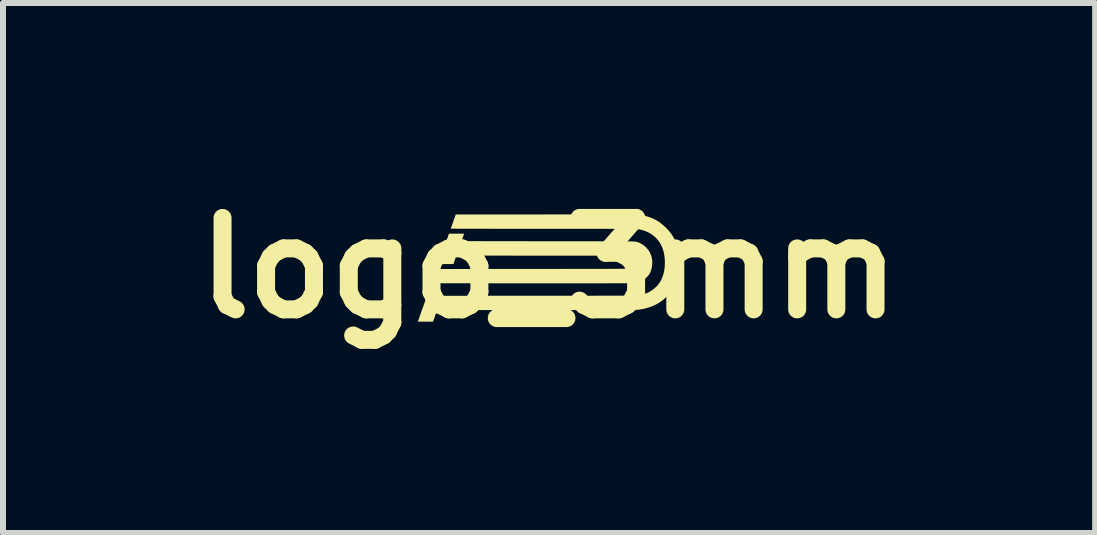
<source format=kicad_pcb>
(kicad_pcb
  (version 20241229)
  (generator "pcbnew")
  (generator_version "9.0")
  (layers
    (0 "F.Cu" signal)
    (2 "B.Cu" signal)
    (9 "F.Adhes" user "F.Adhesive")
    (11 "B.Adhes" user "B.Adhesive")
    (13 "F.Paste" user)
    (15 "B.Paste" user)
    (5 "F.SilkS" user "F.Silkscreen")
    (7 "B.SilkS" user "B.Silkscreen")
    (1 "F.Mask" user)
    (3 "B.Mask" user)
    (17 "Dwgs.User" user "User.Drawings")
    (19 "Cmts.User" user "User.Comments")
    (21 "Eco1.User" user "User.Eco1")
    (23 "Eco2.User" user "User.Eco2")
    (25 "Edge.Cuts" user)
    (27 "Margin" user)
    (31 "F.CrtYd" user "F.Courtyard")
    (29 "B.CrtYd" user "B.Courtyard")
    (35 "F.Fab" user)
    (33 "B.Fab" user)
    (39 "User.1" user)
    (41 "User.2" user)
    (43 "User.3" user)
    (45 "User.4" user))
  (footprint "logo_3mm"
    (layer "F.Cu")
    (at 6.103 1.418)
    (property "Reference" "logo_3mm" (at 0 0 0) (layer "F.SilkS") (effects (font (size 1.524 1.524) (thickness 0.3))))
    (attr board_only exclude_from_pos_files exclude_from_bom)
    (fp_poly (pts (xy 0.611 -0.894) (xy 0.707 -0.894) (xy 0.797 -0.894) (xy 0.881 -0.894) (xy 0.959 -0.893) (xy 1.03 -0.893) (xy 1.096 -0.893) (xy 1.157 -0.893) (xy 1.211 -0.893) (xy 1.259 -0.893) (xy 1.301 -0.893) (xy 1.338 -0.892) (xy 1.368 -0.892) (xy 1.393 -0.892) (xy 1.412 -0.892) (xy 1.425 -0.891) (xy 1.432 -0.891) (xy 1.499 -0.885) (xy 1.562 -0.876) (xy 1.621 -0.864) (xy 1.676 -0.847) (xy 1.728 -0.827) (xy 1.778 -0.802) (xy 1.825 -0.774) (xy 1.848 -0.758) (xy 1.904 -0.713) (xy 1.956 -0.666) (xy 2.002 -0.615) (xy 2.044 -0.561) (xy 2.08 -0.503) (xy 2.111 -0.443) (xy 2.138 -0.38) (xy 2.158 -0.315) (xy 2.163 -0.296) (xy 2.17 -0.266) (xy 2.175 -0.238) (xy 2.18 -0.211) (xy 2.182 -0.183) (xy 2.184 -0.154) (xy 2.185 -0.121) (xy 2.185 -0.093) (xy 2.185 -0.061) (xy 2.185 -0.033) (xy 2.183 -0.009) (xy 2.181 0.014) (xy 2.178 0.036) (xy 2.174 0.059) (xy 2.169 0.084) (xy 2.169 0.087) (xy 2.152 0.154) (xy 2.129 0.219) (xy 2.101 0.28) (xy 2.069 0.339) (xy 2.031 0.395) (xy 1.988 0.448) (xy 1.948 0.489) (xy 1.903 0.53) (xy 1.854 0.566) (xy 1.803 0.598) (xy 1.748 0.625) (xy 1.69 0.649) (xy 1.629 0.668) (xy 1.563 0.684) (xy 1.492 0.695) (xy 1.482 0.697) (xy 1.479 0.697) (xy 1.473 0.697) (xy 1.464 0.697) (xy 1.452 0.698) (xy 1.438 0.698) (xy 1.42 0.698) (xy 1.399 0.698) (xy 1.375 0.698) (xy 1.348 0.699) (xy 1.317 0.699) (xy 1.282 0.699) (xy 1.244 0.699) (xy 1.202 0.699) (xy 1.155 0.699) (xy 1.105 0.7) (xy 1.05 0.7) (xy 0.991 0.7) (xy 0.927 0.7) (xy 0.859 0.7) (xy 0.786 0.7) (xy 0.709 0.7) (xy 0.626 0.7) (xy 0.538 0.701) (xy 0.446 0.701) (xy 0.347 0.701) (xy 0.244 0.701) (xy 0.134 0.701) (xy 0.02 0.701) (xy -0.101 0.701) (xy -0.206 0.701) (xy -1.866 0.702) (xy -1.872 0.718) (xy -1.874 0.725) (xy -1.878 0.737) (xy -1.884 0.752) (xy -1.89 0.771) (xy -1.897 0.791) (xy -1.905 0.813) (xy -1.905 0.814) (xy -1.934 0.894) (xy -2.061 0.894) (xy -2.092 0.894) (xy -2.117 0.894) (xy -2.138 0.894) (xy -2.154 0.894) (xy -2.166 0.893) (xy -2.175 0.893) (xy -2.18 0.892) (xy -2.184 0.892) (xy -2.186 0.891) (xy -2.186 0.89) (xy -2.186 0.889) (xy -2.184 0.885) (xy -2.181 0.876) (xy -2.176 0.862) (xy -2.169 0.843) (xy -2.161 0.82) (xy -2.152 0.793) (xy -2.141 0.763) (xy -2.129 0.729) (xy -2.116 0.693) (xy -2.102 0.654) (xy -2.088 0.613) (xy -2.073 0.571) (xy -2.059 0.533) (xy -2.053 0.514) (xy -2.046 0.497) (xy -2.041 0.483) (xy -2.037 0.472) (xy -2.034 0.466) (xy -2.033 0.464) (xy -2.03 0.464) (xy -2.021 0.464) (xy -2.006 0.464) (xy -1.986 0.464) (xy -1.96 0.464) (xy -1.93 0.464) (xy -1.894 0.463) (xy -1.854 0.463) (xy -1.808 0.463) (xy -1.759 0.463) (xy -1.705 0.463) (xy -1.647 0.463) (xy -1.585 0.463) (xy -1.519 0.463) (xy -1.449 0.463) (xy -1.376 0.463) (xy -1.3 0.463) (xy -1.22 0.462) (xy -1.137 0.462) (xy -1.052 0.462) (xy -0.964 0.462) (xy -0.873 0.462) (xy -0.781 0.462) (xy -0.686 0.462) (xy -0.589 0.462) (xy -0.49 0.462) (xy -0.389 0.462) (xy -0.291 0.462) (xy -0.15 0.462) (xy -0.016 0.462) (xy 0.114 0.462) (xy 0.237 0.462) (xy 0.355 0.462) (xy 0.466 0.462) (xy 0.572 0.462) (xy 0.672 0.462) (xy 0.767 0.462) (xy 0.855 0.461) (xy 0.938 0.461) (xy 1.014 0.461) (xy 1.085 0.461) (xy 1.15 0.461) (xy 1.209 0.461) (xy 1.263 0.461) (xy 1.31 0.46) (xy 1.351 0.46) (xy 1.387 0.46) (xy 1.416 0.46) (xy 1.44 0.46) (xy 1.457 0.459) (xy 1.469 0.459) (xy 1.474 0.459) (xy 1.475 0.459) (xy 1.492 0.457) (xy 1.505 0.455) (xy 1.517 0.453) (xy 1.529 0.451) (xy 1.543 0.447) (xy 1.556 0.444) (xy 1.608 0.427) (xy 1.658 0.406) (xy 1.703 0.38) (xy 1.746 0.349) (xy 1.784 0.315) (xy 1.819 0.277) (xy 1.849 0.235) (xy 1.874 0.189) (xy 1.894 0.142) (xy 1.91 0.091) (xy 1.921 0.038) (xy 1.928 -0.018) (xy 1.931 -0.076) (xy 1.93 -0.134) (xy 1.925 -0.19) (xy 1.916 -0.245) (xy 1.914 -0.257) (xy 1.903 -0.296) (xy 1.889 -0.336) (xy 1.872 -0.375) (xy 1.853 -0.41) (xy 1.848 -0.419) (xy 1.819 -0.461) (xy 1.784 -0.5) (xy 1.746 -0.535) (xy 1.703 -0.566) (xy 1.657 -0.592) (xy 1.607 -0.615) (xy 1.555 -0.632) (xy 1.499 -0.645) (xy 1.461 -0.651) (xy 1.456 -0.651) (xy 1.447 -0.651) (xy 1.432 -0.652) (xy 1.411 -0.652) (xy 1.386 -0.652) (xy 1.355 -0.652) (xy 1.319 -0.653) (xy 1.278 -0.653) (xy 1.231 -0.653) (xy 1.179 -0.653) (xy 1.121 -0.653) (xy 1.058 -0.653) (xy 0.989 -0.653) (xy 0.915 -0.654) (xy 0.835 -0.654) (xy 0.749 -0.654) (xy 0.658 -0.654) (xy 0.561 -0.654) (xy 0.458 -0.654) (xy 0.349 -0.654) (xy 0.235 -0.654) (xy 0.114 -0.654) (xy -0.012 -0.654) (xy -0.101 -0.654) (xy -0.197 -0.654) (xy -0.291 -0.654) (xy -0.384 -0.654) (xy -0.474 -0.654) (xy -0.563 -0.654) (xy -0.649 -0.654) (xy -0.733 -0.654) (xy -0.815 -0.654) (xy -0.893 -0.654) (xy -0.969 -0.654) (xy -1.042 -0.655) (xy -1.111 -0.655) (xy -1.177 -0.655) (xy -1.239 -0.655) (xy -1.298 -0.655) (xy -1.352 -0.655) (xy -1.402 -0.655) (xy -1.448 -0.655) (xy -1.49 -0.655) (xy -1.526 -0.655) (xy -1.558 -0.656) (xy -1.585 -0.656) (xy -1.606 -0.656) (xy -1.623 -0.656) (xy -1.633 -0.656) (xy -1.638 -0.656) (xy -1.638 -0.656) (xy -1.637 -0.66) (xy -1.634 -0.668) (xy -1.63 -0.681) (xy -1.624 -0.697) (xy -1.617 -0.717) (xy -1.609 -0.739) (xy -1.601 -0.764) (xy -1.597 -0.776) (xy -1.555 -0.893) (xy -0.088 -0.893) (xy 0.043 -0.894) (xy 0.169 -0.894) (xy 0.288 -0.894) (xy 0.402 -0.894) (xy 0.51 -0.894)) (stroke (width 0) (type solid)) (fill yes) (layer "F.SilkS"))
    (fp_poly (pts (xy -1.468 -0.572) (xy -1.449 -0.572) (xy -1.434 -0.572) (xy -1.423 -0.572) (xy -1.417 -0.572) (xy -1.416 -0.571) (xy -1.417 -0.568) (xy -1.42 -0.56) (xy -1.424 -0.548) (xy -1.429 -0.533) (xy -1.435 -0.516) (xy -1.437 -0.51) (xy -1.443 -0.492) (xy -1.449 -0.476) (xy -1.453 -0.463) (xy -1.456 -0.454) (xy -1.458 -0.449) (xy -1.458 -0.449) (xy -1.455 -0.449) (xy -1.446 -0.449) (xy -1.432 -0.448) (xy -1.412 -0.448) (xy -1.387 -0.448) (xy -1.357 -0.448) (xy -1.322 -0.448) (xy -1.282 -0.448) (xy -1.237 -0.448) (xy -1.189 -0.448) (xy -1.136 -0.448) (xy -1.079 -0.447) (xy -1.018 -0.447) (xy -0.954 -0.447) (xy -0.886 -0.447) (xy -0.815 -0.447) (xy -0.741 -0.447) (xy -0.664 -0.447) (xy -0.585 -0.447) (xy -0.503 -0.447) (xy -0.418 -0.447) (xy -0.332 -0.446) (xy -0.243 -0.446) (xy -0.153 -0.446) (xy -0.061 -0.446) (xy -0.02 -0.446) (xy 0.091 -0.446) (xy 0.196 -0.446) (xy 0.296 -0.446) (xy 0.39 -0.446) (xy 0.479 -0.446) (xy 0.562 -0.446) (xy 0.641 -0.446) (xy 0.714 -0.446) (xy 0.783 -0.446) (xy 0.848 -0.445) (xy 0.907 -0.445) (xy 0.963 -0.445) (xy 1.015 -0.445) (xy 1.062 -0.445) (xy 1.106 -0.445) (xy 1.147 -0.445) (xy 1.183 -0.445) (xy 1.217 -0.445) (xy 1.247 -0.444) (xy 1.275 -0.444) (xy 1.3 -0.444) (xy 1.322 -0.444) (xy 1.341 -0.444) (xy 1.358 -0.444) (xy 1.373 -0.443) (xy 1.386 -0.443) (xy 1.398 -0.443) (xy 1.407 -0.443) (xy 1.415 -0.442) (xy 1.422 -0.442) (xy 1.427 -0.442) (xy 1.431 -0.441) (xy 1.435 -0.441) (xy 1.437 -0.441) (xy 1.44 -0.44) (xy 1.44 -0.44) (xy 1.482 -0.429) (xy 1.519 -0.414) (xy 1.552 -0.396) (xy 1.574 -0.382) (xy 1.611 -0.351) (xy 1.642 -0.316) (xy 1.669 -0.28) (xy 1.69 -0.24) (xy 1.706 -0.198) (xy 1.716 -0.154) (xy 1.721 -0.108) (xy 1.72 -0.06) (xy 1.714 -0.011) (xy 1.713 -0.009) (xy 1.703 0.032) (xy 1.689 0.069) (xy 1.672 0.102) (xy 1.649 0.133) (xy 1.622 0.161) (xy 1.59 0.187) (xy 1.555 0.209) (xy 1.515 0.227) (xy 1.471 0.24) (xy 1.423 0.25) (xy 1.421 0.25) (xy 1.418 0.251) (xy 1.414 0.251) (xy 1.409 0.251) (xy 1.403 0.252) (xy 1.396 0.252) (xy 1.387 0.252) (xy 1.376 0.252) (xy 1.363 0.253) (xy 1.349 0.253) (xy 1.332 0.253) (xy 1.313 0.253) (xy 1.291 0.253) (xy 1.267 0.254) (xy 1.24 0.254) (xy 1.211 0.254) (xy 1.178 0.254) (xy 1.142 0.254) (xy 1.103 0.254) (xy 1.06 0.254) (xy 1.014 0.254) (xy 0.964 0.255) (xy 0.91 0.255) (xy 0.852 0.255) (xy 0.79 0.255) (xy 0.724 0.255) (xy 0.653 0.255) (xy 0.577 0.255) (xy 0.497 0.255) (xy 0.412 0.255) (xy 0.322 0.255) (xy 0.226 0.255) (xy 0.126 0.255) (xy 0.02 0.255) (xy -0.092 0.255) (xy -0.21 0.255) (xy -0.284 0.255) (xy -0.397 0.255) (xy -0.507 0.255) (xy -0.615 0.255) (xy -0.719 0.255) (xy -0.819 0.255) (xy -0.917 0.255) (xy -1.01 0.255) (xy -1.1 0.255) (xy -1.187 0.255) (xy -1.269 0.255) (xy -1.348 0.254) (xy -1.422 0.254) (xy -1.492 0.254) (xy -1.558 0.254) (xy -1.619 0.254) (xy -1.676 0.254) (xy -1.727 0.254) (xy -1.774 0.254) (xy -1.816 0.253) (xy -1.853 0.253) (xy -1.885 0.253) (xy -1.911 0.253) (xy -1.931 0.253) (xy -1.946 0.253) (xy -1.956 0.253) (xy -1.959 0.252) (xy -1.959 0.252) (xy -1.958 0.249) (xy -1.955 0.239) (xy -1.95 0.224) (xy -1.943 0.204) (xy -1.934 0.178) (xy -1.923 0.147) (xy -1.91 0.11) (xy -1.895 0.069) (xy -1.877 0.017) (xy -0.237 0.015) (xy -0.118 0.015) (xy -0.006 0.015) (xy 0.101 0.015) (xy 0.203 0.015) (xy 0.299 0.014) (xy 0.39 0.014) (xy 0.476 0.014) (xy 0.556 0.014) (xy 0.632 0.014) (xy 0.704 0.014) (xy 0.771 0.014) (xy 0.833 0.014) (xy 0.891 0.014) (xy 0.946 0.014) (xy 0.996 0.014) (xy 1.042 0.013) (xy 1.085 0.013) (xy 1.125 0.013) (xy 1.161 0.013) (xy 1.194 0.013) (xy 1.224 0.013) (xy 1.251 0.013) (xy 1.275 0.012) (xy 1.297 0.012) (xy 1.316 0.012) (xy 1.333 0.012) (xy 1.348 0.012) (xy 1.361 0.011) (xy 1.372 0.011) (xy 1.382 0.011) (xy 1.39 0.011) (xy 1.397 0.01) (xy 1.402 0.01) (xy 1.406 0.01) (xy 1.41 0.009) (xy 1.412 0.009) (xy 1.414 0.009) (xy 1.416 0.008) (xy 1.417 0.008) (xy 1.434 -0.002) (xy 1.45 -0.015) (xy 1.462 -0.031) (xy 1.464 -0.037) (xy 1.467 -0.044) (xy 1.47 -0.052) (xy 1.471 -0.061) (xy 1.471 -0.073) (xy 1.472 -0.089) (xy 1.471 -0.112) (xy 1.469 -0.13) (xy 1.465 -0.145) (xy 1.459 -0.158) (xy 1.45 -0.17) (xy 1.443 -0.177) (xy 1.429 -0.19) (xy 1.415 -0.198) (xy 1.412 -0.2) (xy 1.41 -0.2) (xy 1.409 -0.201) (xy 1.407 -0.201) (xy 1.405 -0.201) (xy 1.402 -0.202) (xy 1.398 -0.202) (xy 1.393 -0.202) (xy 1.387 -0.203) (xy 1.38 -0.203) (xy 1.371 -0.203) (xy 1.36 -0.203) (xy 1.348 -0.204) (xy 1.334 -0.204) (xy 1.318 -0.204) (xy 1.299 -0.204) (xy 1.278 -0.204) (xy 1.255 -0.205) (xy 1.228 -0.205) (xy 1.199 -0.205) (xy 1.167 -0.205) (xy 1.131 -0.205) (xy 1.092 -0.205) (xy 1.05 -0.205) (xy 1.004 -0.205) (xy 0.954 -0.206) (xy 0.9 -0.206) (xy 0.842 -0.206) (xy 0.78 -0.206) (xy 0.713 -0.206) (xy 0.641 -0.206) (xy 0.565 -0.206) (xy 0.484 -0.206) (xy 0.397 -0.206) (xy 0.306 -0.206) (xy 0.209 -0.206) (xy 0.106 -0.206) (xy -0.002 -0.206) (xy -0.074 -0.206) (xy -1.544 -0.207) (xy -1.563 -0.155) (xy -1.569 -0.137) (xy -1.575 -0.12) (xy -1.581 -0.104) (xy -1.585 -0.091) (xy -1.587 -0.085) (xy -1.594 -0.066) (xy -1.848 -0.066) (xy -1.839 -0.091) (xy -1.837 -0.097) (xy -1.832 -0.109) (xy -1.826 -0.126) (xy -1.819 -0.147) (xy -1.81 -0.171) (xy -1.801 -0.199) (xy -1.79 -0.229) (xy -1.778 -0.262) (xy -1.766 -0.297) (xy -1.753 -0.332) (xy -1.749 -0.344) (xy -1.669 -0.572) (xy -1.542 -0.572) (xy -1.516 -0.572) (xy -1.491 -0.572)) (stroke (width 0) (type solid)) (fill yes) (layer "F.SilkS")))
  (gr_rect
    (start -3 -3)
    (end 15.207 5.836)
    (stroke (width 0.1) (type default))
    (fill no)
    (layer "Edge.Cuts")))
</source>
